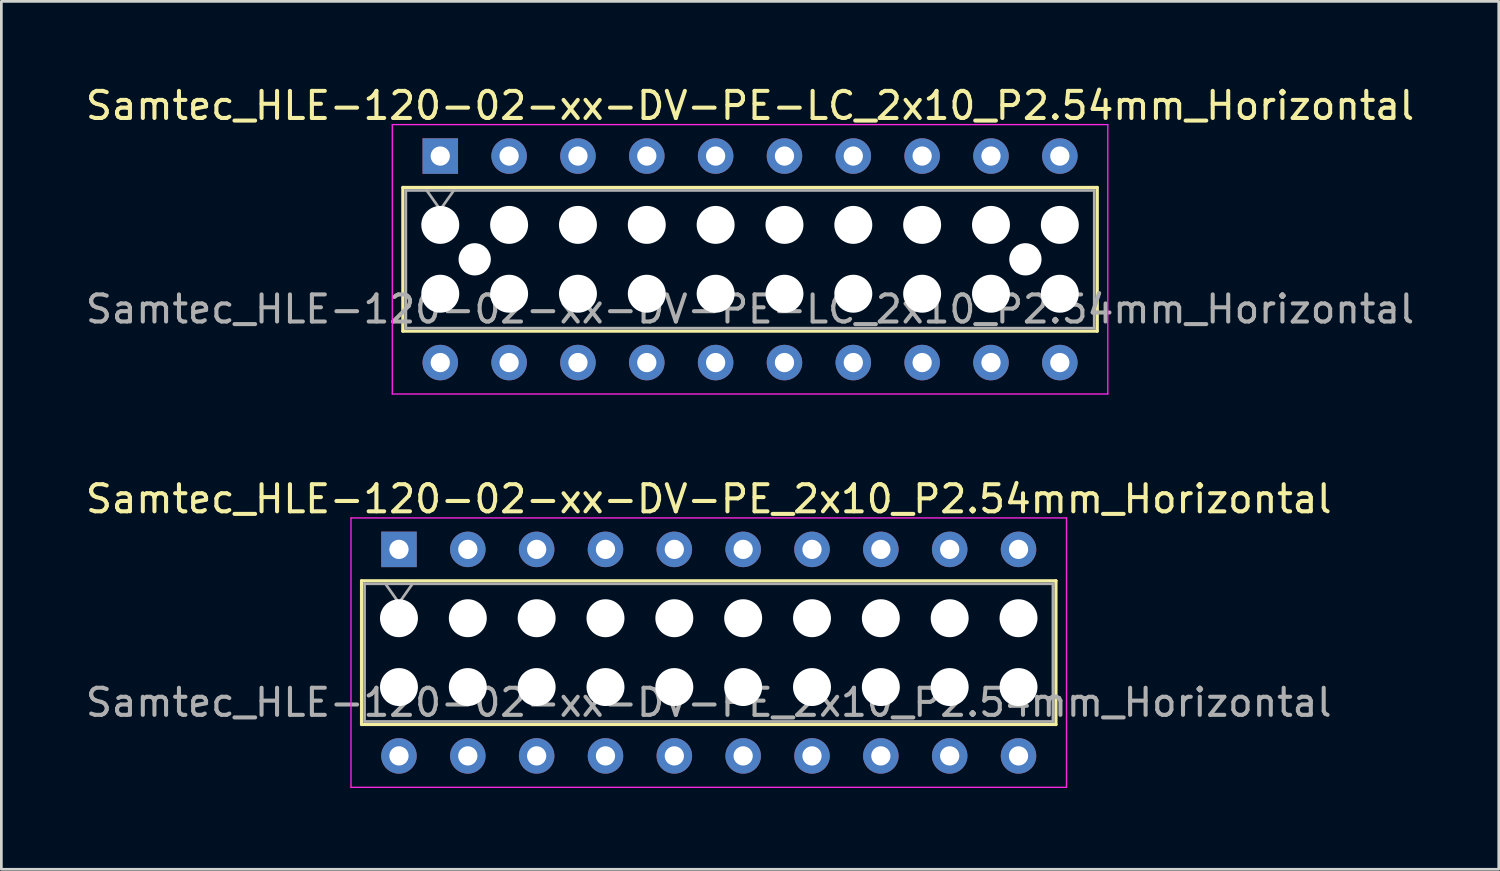
<source format=kicad_pcb>
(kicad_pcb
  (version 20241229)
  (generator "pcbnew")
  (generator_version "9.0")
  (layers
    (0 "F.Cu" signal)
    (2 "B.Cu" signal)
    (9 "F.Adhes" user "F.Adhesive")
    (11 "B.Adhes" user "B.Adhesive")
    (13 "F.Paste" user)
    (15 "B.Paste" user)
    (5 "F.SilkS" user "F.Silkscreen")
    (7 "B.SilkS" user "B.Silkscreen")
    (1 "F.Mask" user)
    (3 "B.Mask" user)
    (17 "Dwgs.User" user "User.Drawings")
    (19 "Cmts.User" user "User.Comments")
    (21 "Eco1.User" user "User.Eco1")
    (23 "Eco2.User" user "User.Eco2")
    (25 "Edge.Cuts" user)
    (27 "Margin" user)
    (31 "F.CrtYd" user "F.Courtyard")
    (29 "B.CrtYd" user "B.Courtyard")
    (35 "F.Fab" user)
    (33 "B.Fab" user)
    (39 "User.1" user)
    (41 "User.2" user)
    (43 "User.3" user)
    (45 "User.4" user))
  (footprint "Samtec_HLE-120-02-xx-DV-PE_2x10_P2.54mm_Horizontal"
    (layer "F.Cu")
    (at 11.671 17.221)
    (property "Reference" "Samtec_HLE-120-02-xx-DV-PE_2x10_P2.54mm_Horizontal" (at 11.43 -1.86 0) (layer "F.SilkS") (effects (font (size 1 1) (thickness 0.15))))
    (attr through_hole)
    (fp_line (start -1.38 1.16) (end 24.24 1.16) (stroke (width 0.12) (type solid)) (layer "F.SilkS"))
    (fp_line (start -1.38 6.46) (end -1.38 1.16) (stroke (width 0.12) (type solid)) (layer "F.SilkS"))
    (fp_line (start 24.24 1.16) (end 24.24 6.46) (stroke (width 0.12) (type solid)) (layer "F.SilkS"))
    (fp_line (start 24.24 6.46) (end -1.38 6.46) (stroke (width 0.12) (type solid)) (layer "F.SilkS"))
    (fp_line (start -1.77 -1.16) (end 24.63 -1.16) (stroke (width 0.05) (type solid)) (layer "F.CrtYd"))
    (fp_line (start -1.77 8.78) (end -1.77 -1.16) (stroke (width 0.05) (type solid)) (layer "F.CrtYd"))
    (fp_line (start 24.63 -1.16) (end 24.63 8.78) (stroke (width 0.05) (type solid)) (layer "F.CrtYd"))
    (fp_line (start 24.63 8.78) (end -1.77 8.78) (stroke (width 0.05) (type solid)) (layer "F.CrtYd"))
    (fp_line (start -1.27 1.27) (end 24.13 1.27) (stroke (width 0.1) (type solid)) (layer "F.Fab"))
    (fp_line (start -1.27 6.35) (end -1.27 1.27) (stroke (width 0.1) (type solid)) (layer "F.Fab"))
    (fp_line (start -0.5 1.27) (end 0 1.977) (stroke (width 0.1) (type solid)) (layer "F.Fab"))
    (fp_line (start 0 1.977) (end 0.5 1.27) (stroke (width 0.1) (type solid)) (layer "F.Fab"))
    (fp_line (start 24.13 1.27) (end 24.13 6.35) (stroke (width 0.1) (type solid)) (layer "F.Fab"))
    (fp_line (start 24.13 6.35) (end -1.27 6.35) (stroke (width 0.1) (type solid)) (layer "F.Fab"))
    (fp_text user "${REFERENCE}" (at 11.43 5.65 0) (layer "F.Fab") (effects (font (size 1 1) (thickness 0.15))))
    (pad "" np_thru_hole circle (at 0 2.54) (size 1.4 1.4) (drill 1.4) (layers "*.Cu" "*.Mask"))
    (pad "" np_thru_hole circle (at 0 5.08) (size 1.4 1.4) (drill 1.4) (layers "*.Cu" "*.Mask"))
    (pad "" np_thru_hole circle (at 2.54 2.54) (size 1.4 1.4) (drill 1.4) (layers "*.Cu" "*.Mask"))
    (pad "" np_thru_hole circle (at 2.54 5.08) (size 1.4 1.4) (drill 1.4) (layers "*.Cu" "*.Mask"))
    (pad "" np_thru_hole circle (at 5.08 2.54) (size 1.4 1.4) (drill 1.4) (layers "*.Cu" "*.Mask"))
    (pad "" np_thru_hole circle (at 5.08 5.08) (size 1.4 1.4) (drill 1.4) (layers "*.Cu" "*.Mask"))
    (pad "" np_thru_hole circle (at 7.62 2.54) (size 1.4 1.4) (drill 1.4) (layers "*.Cu" "*.Mask"))
    (pad "" np_thru_hole circle (at 7.62 5.08) (size 1.4 1.4) (drill 1.4) (layers "*.Cu" "*.Mask"))
    (pad "" np_thru_hole circle (at 10.16 2.54) (size 1.4 1.4) (drill 1.4) (layers "*.Cu" "*.Mask"))
    (pad "" np_thru_hole circle (at 10.16 5.08) (size 1.4 1.4) (drill 1.4) (layers "*.Cu" "*.Mask"))
    (pad "" np_thru_hole circle (at 12.7 2.54) (size 1.4 1.4) (drill 1.4) (layers "*.Cu" "*.Mask"))
    (pad "" np_thru_hole circle (at 12.7 5.08) (size 1.4 1.4) (drill 1.4) (layers "*.Cu" "*.Mask"))
    (pad "" np_thru_hole circle (at 15.24 2.54) (size 1.4 1.4) (drill 1.4) (layers "*.Cu" "*.Mask"))
    (pad "" np_thru_hole circle (at 15.24 5.08) (size 1.4 1.4) (drill 1.4) (layers "*.Cu" "*.Mask"))
    (pad "" np_thru_hole circle (at 17.78 2.54) (size 1.4 1.4) (drill 1.4) (layers "*.Cu" "*.Mask"))
    (pad "" np_thru_hole circle (at 17.78 5.08) (size 1.4 1.4) (drill 1.4) (layers "*.Cu" "*.Mask"))
    (pad "" np_thru_hole circle (at 20.32 2.54) (size 1.4 1.4) (drill 1.4) (layers "*.Cu" "*.Mask"))
    (pad "" np_thru_hole circle (at 20.32 5.08) (size 1.4 1.4) (drill 1.4) (layers "*.Cu" "*.Mask"))
    (pad "" np_thru_hole circle (at 22.86 2.54) (size 1.4 1.4) (drill 1.4) (layers "*.Cu" "*.Mask"))
    (pad "" np_thru_hole circle (at 22.86 5.08) (size 1.4 1.4) (drill 1.4) (layers "*.Cu" "*.Mask"))
    (pad "1" thru_hole rect (at 0 0) (size 1.31 1.31) (drill 0.71) (layers "*.Cu" "*.Mask"))
    (pad "2" thru_hole circle (at 0 7.62) (size 1.31 1.31) (drill 0.71) (layers "*.Cu" "*.Mask"))
    (pad "3" thru_hole circle (at 2.54 0) (size 1.31 1.31) (drill 0.71) (layers "*.Cu" "*.Mask"))
    (pad "4" thru_hole circle (at 2.54 7.62) (size 1.31 1.31) (drill 0.71) (layers "*.Cu" "*.Mask"))
    (pad "5" thru_hole circle (at 5.08 0) (size 1.31 1.31) (drill 0.71) (layers "*.Cu" "*.Mask"))
    (pad "6" thru_hole circle (at 5.08 7.62) (size 1.31 1.31) (drill 0.71) (layers "*.Cu" "*.Mask"))
    (pad "7" thru_hole circle (at 7.62 0) (size 1.31 1.31) (drill 0.71) (layers "*.Cu" "*.Mask"))
    (pad "8" thru_hole circle (at 7.62 7.62) (size 1.31 1.31) (drill 0.71) (layers "*.Cu" "*.Mask"))
    (pad "9" thru_hole circle (at 10.16 0) (size 1.31 1.31) (drill 0.71) (layers "*.Cu" "*.Mask"))
    (pad "10" thru_hole circle (at 10.16 7.62) (size 1.31 1.31) (drill 0.71) (layers "*.Cu" "*.Mask"))
    (pad "11" thru_hole circle (at 12.7 0) (size 1.31 1.31) (drill 0.71) (layers "*.Cu" "*.Mask"))
    (pad "12" thru_hole circle (at 12.7 7.62) (size 1.31 1.31) (drill 0.71) (layers "*.Cu" "*.Mask"))
    (pad "13" thru_hole circle (at 15.24 0) (size 1.31 1.31) (drill 0.71) (layers "*.Cu" "*.Mask"))
    (pad "14" thru_hole circle (at 15.24 7.62) (size 1.31 1.31) (drill 0.71) (layers "*.Cu" "*.Mask"))
    (pad "15" thru_hole circle (at 17.78 0) (size 1.31 1.31) (drill 0.71) (layers "*.Cu" "*.Mask"))
    (pad "16" thru_hole circle (at 17.78 7.62) (size 1.31 1.31) (drill 0.71) (layers "*.Cu" "*.Mask"))
    (pad "17" thru_hole circle (at 20.32 0) (size 1.31 1.31) (drill 0.71) (layers "*.Cu" "*.Mask"))
    (pad "18" thru_hole circle (at 20.32 7.62) (size 1.31 1.31) (drill 0.71) (layers "*.Cu" "*.Mask"))
    (pad "19" thru_hole circle (at 22.86 0) (size 1.31 1.31) (drill 0.71) (layers "*.Cu" "*.Mask"))
    (pad "20" thru_hole circle (at 22.86 7.62) (size 1.31 1.31) (drill 0.71) (layers "*.Cu" "*.Mask")))
  (footprint "Samtec_HLE-120-02-xx-DV-PE-LC_2x10_P2.54mm_Horizontal"
    (layer "F.Cu")
    (at 13.195 2.708)
    (property "Reference" "Samtec_HLE-120-02-xx-DV-PE-LC_2x10_P2.54mm_Horizontal" (at 11.43 -1.86 0) (layer "F.SilkS") (effects (font (size 1 1) (thickness 0.15))))
    (attr through_hole)
    (fp_line (start -1.38 1.16) (end 24.24 1.16) (stroke (width 0.12) (type solid)) (layer "F.SilkS"))
    (fp_line (start -1.38 6.46) (end -1.38 1.16) (stroke (width 0.12) (type solid)) (layer "F.SilkS"))
    (fp_line (start 24.24 1.16) (end 24.24 6.46) (stroke (width 0.12) (type solid)) (layer "F.SilkS"))
    (fp_line (start 24.24 6.46) (end -1.38 6.46) (stroke (width 0.12) (type solid)) (layer "F.SilkS"))
    (fp_line (start -1.77 -1.16) (end 24.63 -1.16) (stroke (width 0.05) (type solid)) (layer "F.CrtYd"))
    (fp_line (start -1.77 8.78) (end -1.77 -1.16) (stroke (width 0.05) (type solid)) (layer "F.CrtYd"))
    (fp_line (start 24.63 -1.16) (end 24.63 8.78) (stroke (width 0.05) (type solid)) (layer "F.CrtYd"))
    (fp_line (start 24.63 8.78) (end -1.77 8.78) (stroke (width 0.05) (type solid)) (layer "F.CrtYd"))
    (fp_line (start -1.27 1.27) (end 24.13 1.27) (stroke (width 0.1) (type solid)) (layer "F.Fab"))
    (fp_line (start -1.27 6.35) (end -1.27 1.27) (stroke (width 0.1) (type solid)) (layer "F.Fab"))
    (fp_line (start -0.5 1.27) (end 0 1.977) (stroke (width 0.1) (type solid)) (layer "F.Fab"))
    (fp_line (start 0 1.977) (end 0.5 1.27) (stroke (width 0.1) (type solid)) (layer "F.Fab"))
    (fp_line (start 24.13 1.27) (end 24.13 6.35) (stroke (width 0.1) (type solid)) (layer "F.Fab"))
    (fp_line (start 24.13 6.35) (end -1.27 6.35) (stroke (width 0.1) (type solid)) (layer "F.Fab"))
    (fp_text user "${REFERENCE}" (at 11.43 5.65 0) (layer "F.Fab") (effects (font (size 1 1) (thickness 0.15))))
    (pad "" np_thru_hole circle (at 0 2.54) (size 1.4 1.4) (drill 1.4) (layers "*.Cu" "*.Mask"))
    (pad "" np_thru_hole circle (at 0 5.08) (size 1.4 1.4) (drill 1.4) (layers "*.Cu" "*.Mask"))
    (pad "" np_thru_hole circle (at 1.27 3.81) (size 1.19 1.19) (drill 1.19) (layers "*.Cu" "*.Mask"))
    (pad "" np_thru_hole circle (at 2.54 2.54) (size 1.4 1.4) (drill 1.4) (layers "*.Cu" "*.Mask"))
    (pad "" np_thru_hole circle (at 2.54 5.08) (size 1.4 1.4) (drill 1.4) (layers "*.Cu" "*.Mask"))
    (pad "" np_thru_hole circle (at 5.08 2.54) (size 1.4 1.4) (drill 1.4) (layers "*.Cu" "*.Mask"))
    (pad "" np_thru_hole circle (at 5.08 5.08) (size 1.4 1.4) (drill 1.4) (layers "*.Cu" "*.Mask"))
    (pad "" np_thru_hole circle (at 7.62 2.54) (size 1.4 1.4) (drill 1.4) (layers "*.Cu" "*.Mask"))
    (pad "" np_thru_hole circle (at 7.62 5.08) (size 1.4 1.4) (drill 1.4) (layers "*.Cu" "*.Mask"))
    (pad "" np_thru_hole circle (at 10.16 2.54) (size 1.4 1.4) (drill 1.4) (layers "*.Cu" "*.Mask"))
    (pad "" np_thru_hole circle (at 10.16 5.08) (size 1.4 1.4) (drill 1.4) (layers "*.Cu" "*.Mask"))
    (pad "" np_thru_hole circle (at 12.7 2.54) (size 1.4 1.4) (drill 1.4) (layers "*.Cu" "*.Mask"))
    (pad "" np_thru_hole circle (at 12.7 5.08) (size 1.4 1.4) (drill 1.4) (layers "*.Cu" "*.Mask"))
    (pad "" np_thru_hole circle (at 15.24 2.54) (size 1.4 1.4) (drill 1.4) (layers "*.Cu" "*.Mask"))
    (pad "" np_thru_hole circle (at 15.24 5.08) (size 1.4 1.4) (drill 1.4) (layers "*.Cu" "*.Mask"))
    (pad "" np_thru_hole circle (at 17.78 2.54) (size 1.4 1.4) (drill 1.4) (layers "*.Cu" "*.Mask"))
    (pad "" np_thru_hole circle (at 17.78 5.08) (size 1.4 1.4) (drill 1.4) (layers "*.Cu" "*.Mask"))
    (pad "" np_thru_hole circle (at 20.32 2.54) (size 1.4 1.4) (drill 1.4) (layers "*.Cu" "*.Mask"))
    (pad "" np_thru_hole circle (at 20.32 5.08) (size 1.4 1.4) (drill 1.4) (layers "*.Cu" "*.Mask"))
    (pad "" np_thru_hole circle (at 21.59 3.81) (size 1.19 1.19) (drill 1.19) (layers "*.Cu" "*.Mask"))
    (pad "" np_thru_hole circle (at 22.86 2.54) (size 1.4 1.4) (drill 1.4) (layers "*.Cu" "*.Mask"))
    (pad "" np_thru_hole circle (at 22.86 5.08) (size 1.4 1.4) (drill 1.4) (layers "*.Cu" "*.Mask"))
    (pad "1" thru_hole rect (at 0 0) (size 1.31 1.31) (drill 0.71) (layers "*.Cu" "*.Mask"))
    (pad "2" thru_hole circle (at 0 7.62) (size 1.31 1.31) (drill 0.71) (layers "*.Cu" "*.Mask"))
    (pad "3" thru_hole circle (at 2.54 0) (size 1.31 1.31) (drill 0.71) (layers "*.Cu" "*.Mask"))
    (pad "4" thru_hole circle (at 2.54 7.62) (size 1.31 1.31) (drill 0.71) (layers "*.Cu" "*.Mask"))
    (pad "5" thru_hole circle (at 5.08 0) (size 1.31 1.31) (drill 0.71) (layers "*.Cu" "*.Mask"))
    (pad "6" thru_hole circle (at 5.08 7.62) (size 1.31 1.31) (drill 0.71) (layers "*.Cu" "*.Mask"))
    (pad "7" thru_hole circle (at 7.62 0) (size 1.31 1.31) (drill 0.71) (layers "*.Cu" "*.Mask"))
    (pad "8" thru_hole circle (at 7.62 7.62) (size 1.31 1.31) (drill 0.71) (layers "*.Cu" "*.Mask"))
    (pad "9" thru_hole circle (at 10.16 0) (size 1.31 1.31) (drill 0.71) (layers "*.Cu" "*.Mask"))
    (pad "10" thru_hole circle (at 10.16 7.62) (size 1.31 1.31) (drill 0.71) (layers "*.Cu" "*.Mask"))
    (pad "11" thru_hole circle (at 12.7 0) (size 1.31 1.31) (drill 0.71) (layers "*.Cu" "*.Mask"))
    (pad "12" thru_hole circle (at 12.7 7.62) (size 1.31 1.31) (drill 0.71) (layers "*.Cu" "*.Mask"))
    (pad "13" thru_hole circle (at 15.24 0) (size 1.31 1.31) (drill 0.71) (layers "*.Cu" "*.Mask"))
    (pad "14" thru_hole circle (at 15.24 7.62) (size 1.31 1.31) (drill 0.71) (layers "*.Cu" "*.Mask"))
    (pad "15" thru_hole circle (at 17.78 0) (size 1.31 1.31) (drill 0.71) (layers "*.Cu" "*.Mask"))
    (pad "16" thru_hole circle (at 17.78 7.62) (size 1.31 1.31) (drill 0.71) (layers "*.Cu" "*.Mask"))
    (pad "17" thru_hole circle (at 20.32 0) (size 1.31 1.31) (drill 0.71) (layers "*.Cu" "*.Mask"))
    (pad "18" thru_hole circle (at 20.32 7.62) (size 1.31 1.31) (drill 0.71) (layers "*.Cu" "*.Mask"))
    (pad "19" thru_hole circle (at 22.86 0) (size 1.31 1.31) (drill 0.71) (layers "*.Cu" "*.Mask"))
    (pad "20" thru_hole circle (at 22.86 7.62) (size 1.31 1.31) (drill 0.71) (layers "*.Cu" "*.Mask")))
  (gr_rect
    (start -3 -3)
    (end 52.25 29.026)
    (stroke (width 0.1) (type default))
    (fill no)
    (layer "Edge.Cuts")))
</source>
